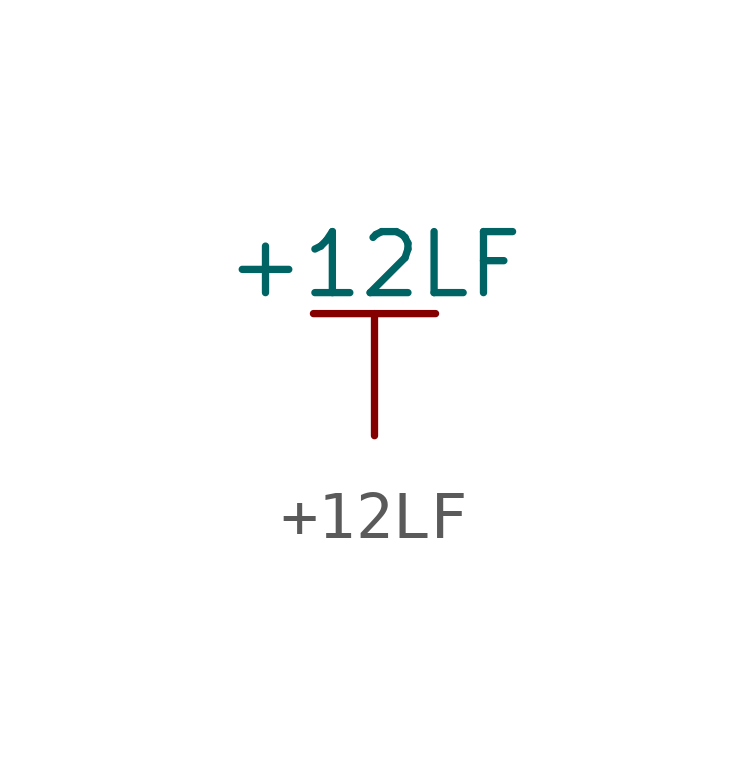
<source format=kicad_sym>
(kicad_symbol_lib
  (version 20220914)
  (generator kicad_symbol_editor)
  (symbol "+12LF"
    (power)
    (pin_names
      (offset 0))
    (property "Reference" "#PWR"
      (at 0 -3.81 0)
      (effects (font (size 1.27 1.27)) hide))
    (property "Value" "+12LF"
      (at 0 3.556 0)
      (effects (font (size 1.27 1.27))))
    (symbol "+12LF_0_1"
      (polyline (pts (xy -1.27 2.54) (xy 1.27 2.54)) (stroke (width 0) (type solid)) (fill (type none)))
      (polyline (pts (xy 0 0) (xy 0 2.54)) (stroke (width 0) (type solid)) (fill (type none))))
    (symbol "+12LF_1_1"
      (pin power_in line (at 0 0 90) (length 0) hide (name "+12LF" (effects (font (size 1.27 1.27)))) (number "1" (effects (font (size 1.27 1.27))))))))
</source>
